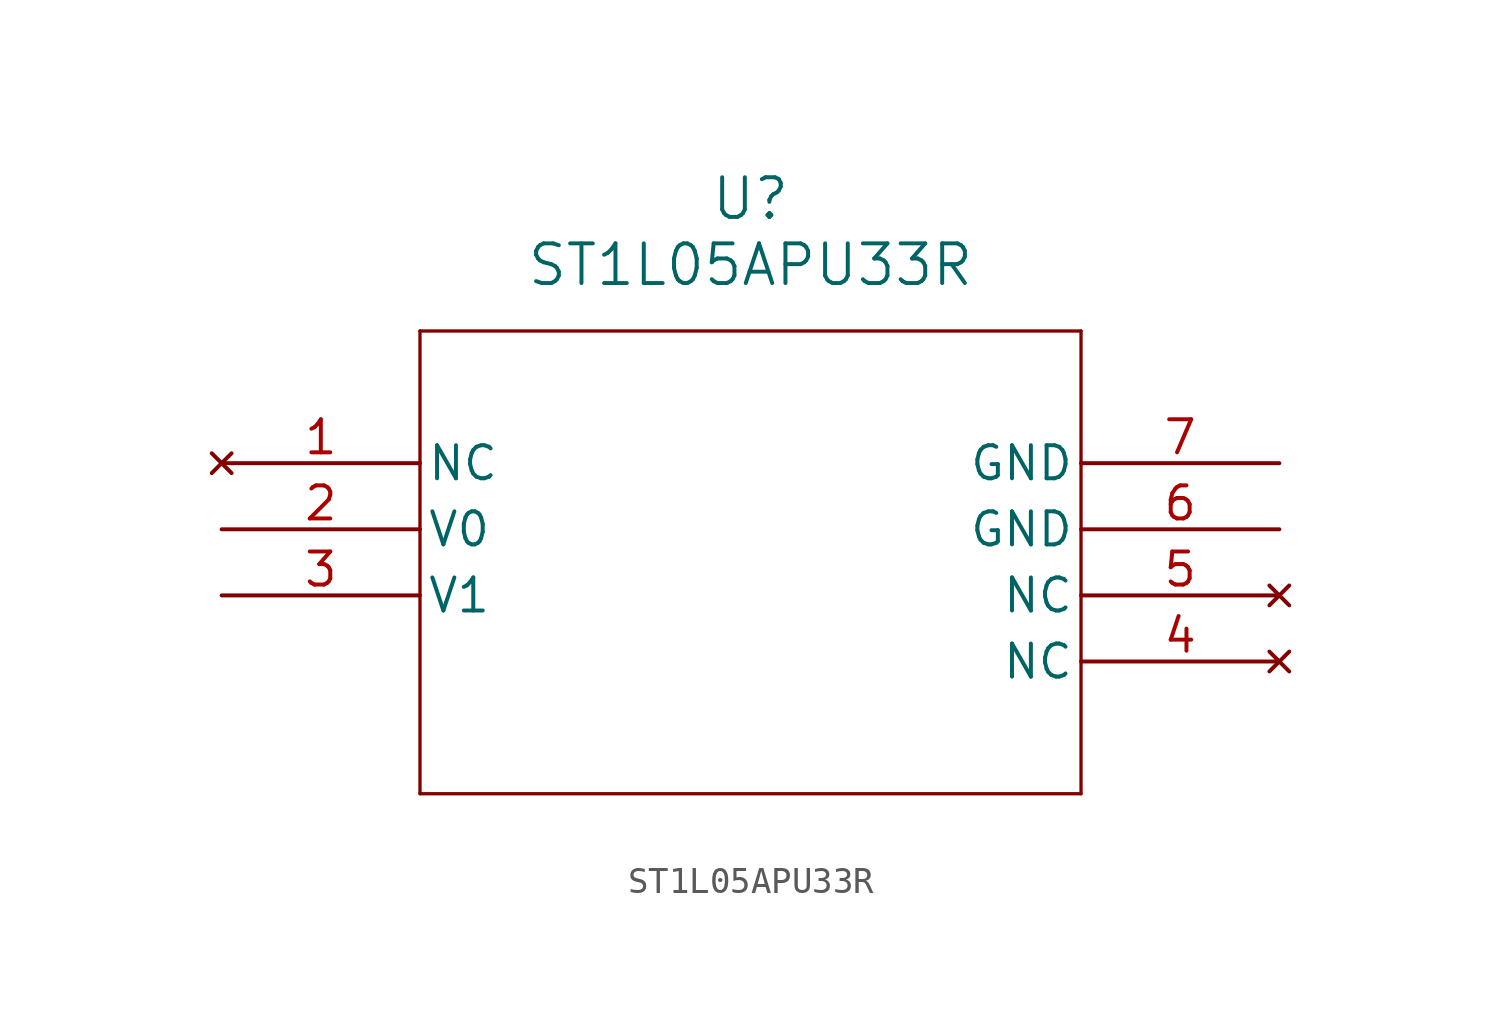
<source format=kicad_sym>
(kicad_symbol_lib
  (version 20211014)
  (generator kicad_symbol_editor)
  (symbol "ST1L05APU33R"
    (pin_names
      (offset 0.254))
    (property "Reference" "U"
      (at 20.32 10.16 0)
      (effects (font (size 1.524 1.524))))
    (property "Value" "ST1L05APU33R"
      (at 20.32 7.62 0)
      (effects (font (size 1.524 1.524))))
    (symbol "ST1L05APU33R_0_1"
      (polyline (pts (xy 7.62 5.08) (xy 7.62 -12.7)) (stroke (width 0.127) (type default) (color 0 0 0 0)) (fill (type none)))
      (polyline (pts (xy 7.62 -12.7) (xy 33.02 -12.7)) (stroke (width 0.127) (type default) (color 0 0 0 0)) (fill (type none)))
      (polyline (pts (xy 33.02 -12.7) (xy 33.02 5.08)) (stroke (width 0.127) (type default) (color 0 0 0 0)) (fill (type none)))
      (polyline (pts (xy 33.02 5.08) (xy 7.62 5.08)) (stroke (width 0.127) (type default) (color 0 0 0 0)) (fill (type none)))
      (pin no_connect line (at 0 0 0) (length 7.62) (name "NC" (effects (font (size 1.27 1.27)))) (number "1" (effects (font (size 1.27 1.27)))))
      (pin bidirectional line (at 0 -2.54 0) (length 7.62) (name "V0" (effects (font (size 1.27 1.27)))) (number "2" (effects (font (size 1.27 1.27)))))
      (pin unspecified line (at 0 -5.08 0) (length 7.62) (name "V1" (effects (font (size 1.27 1.27)))) (number "3" (effects (font (size 1.27 1.27)))))
      (pin no_connect line (at 40.64 -7.62 180) (length 7.62) (name "NC" (effects (font (size 1.27 1.27)))) (number "4" (effects (font (size 1.27 1.27)))))
      (pin no_connect line (at 40.64 -5.08 180) (length 7.62) (name "NC" (effects (font (size 1.27 1.27)))) (number "5" (effects (font (size 1.27 1.27)))))
      (pin power_out line (at 40.64 -2.54 180) (length 7.62) (name "GND" (effects (font (size 1.27 1.27)))) (number "6" (effects (font (size 1.27 1.27)))))
      (pin power_out line (at 40.64 0 180) (length 7.62) (name "GND" (effects (font (size 1.27 1.27)))) (number "7" (effects (font (size 1.27 1.27))))))))
</source>
